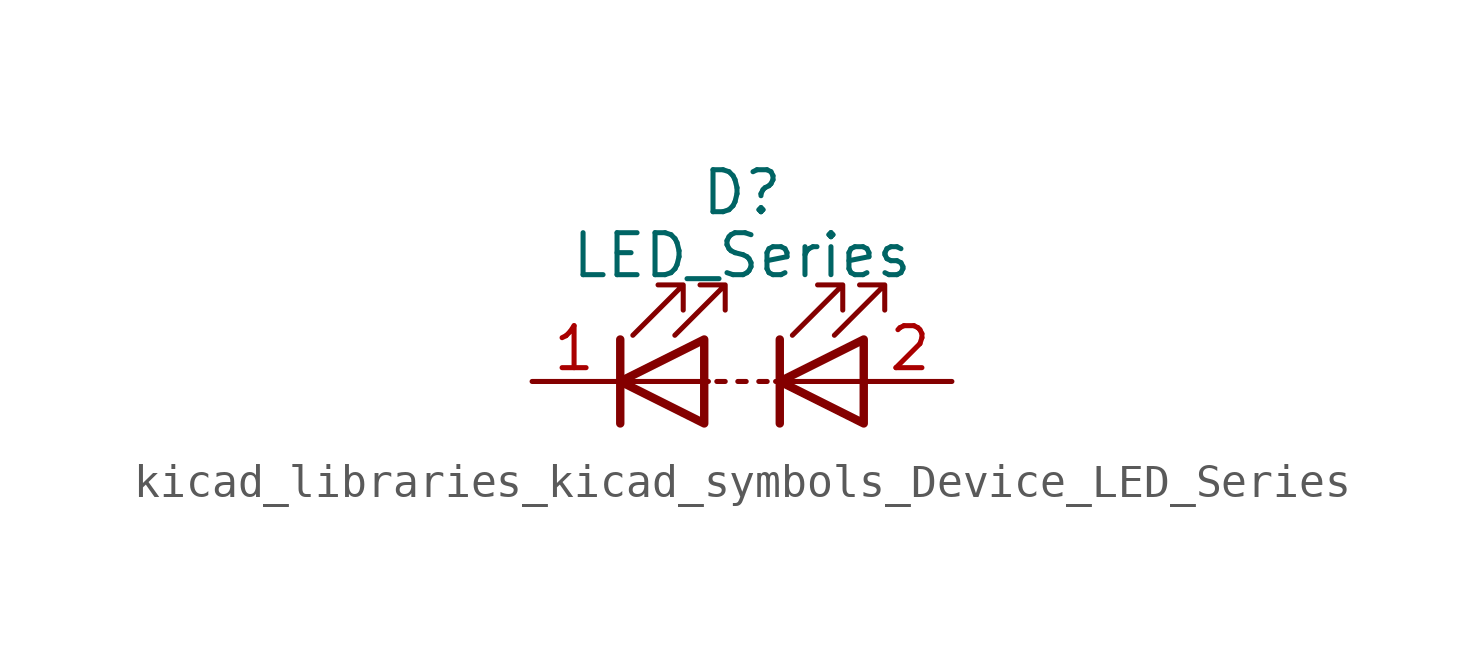
<source format=kicad_sym>
(kicad_symbol_lib
  (version 20220914)
  (generator kicad_symbol_editor)
  (symbol "kicad_libraries_kicad_symbols_Device_LED_Series"
    (pin_names
      (offset 1.016) hide)
    (property "Reference" "D"
      (at 0 5.715 0)
      (effects (font (size 1.27 1.27))))
    (property "Value" "LED_Series"
      (at 0 3.81 0)
      (effects (font (size 1.27 1.27))))
    (symbol "kicad_libraries_kicad_symbols_Device_LED_Series_0_1"
      (polyline (pts (xy -3.81 0) (xy -1.016 0)) (stroke (width 0) (type default)) (fill (type none)))
      (polyline (pts (xy -3.683 -1.27) (xy -3.683 1.27)) (stroke (width 0.254) (type default)) (fill (type none)))
      (polyline (pts (xy -0.508 0) (xy -0.762 0)) (stroke (width 0) (type default)) (fill (type none)))
      (polyline (pts (xy 0.127 0) (xy -0.127 0)) (stroke (width 0) (type default)) (fill (type none)))
      (polyline (pts (xy 0.508 0) (xy 0.762 0)) (stroke (width 0) (type default)) (fill (type none)))
      (polyline (pts (xy 1.016 0) (xy 3.81 0)) (stroke (width 0) (type default)) (fill (type none)))
      (polyline (pts (xy 1.143 -1.27) (xy 1.143 1.27)) (stroke (width 0.254) (type default)) (fill (type none)))
      (polyline (pts (xy -1.143 -1.27) (xy -1.143 1.27) (xy -3.683 0) (xy -1.143 -1.27)) (stroke (width 0.254) (type default)) (fill (type none)))
      (polyline (pts (xy 3.683 -1.27) (xy 3.683 1.27) (xy 1.143 0) (xy 3.683 -1.27)) (stroke (width 0.254) (type default)) (fill (type none)))
      (polyline (pts (xy -3.302 1.397) (xy -1.778 2.921) (xy -2.54 2.921) (xy -1.778 2.921) (xy -1.778 2.159)) (stroke (width 0) (type default)) (fill (type none)))
      (polyline (pts (xy -2.032 1.397) (xy -0.508 2.921) (xy -1.27 2.921) (xy -0.508 2.921) (xy -0.508 2.159)) (stroke (width 0) (type default)) (fill (type none)))
      (polyline (pts (xy 1.524 1.397) (xy 3.048 2.921) (xy 2.286 2.921) (xy 3.048 2.921) (xy 3.048 2.159)) (stroke (width 0) (type default)) (fill (type none)))
      (polyline (pts (xy 2.794 1.397) (xy 4.318 2.921) (xy 3.556 2.921) (xy 4.318 2.921) (xy 4.318 2.159)) (stroke (width 0) (type default)) (fill (type none))))
    (symbol "kicad_libraries_kicad_symbols_Device_LED_Series_1_1"
      (pin passive line (at -6.35 0 0) (length 2.54) (name "K" (effects (font (size 1.27 1.27)))) (number "1" (effects (font (size 1.27 1.27)))))
      (pin passive line (at 6.35 0 180) (length 2.54) (name "A" (effects (font (size 1.27 1.27)))) (number "2" (effects (font (size 1.27 1.27))))))))
</source>
